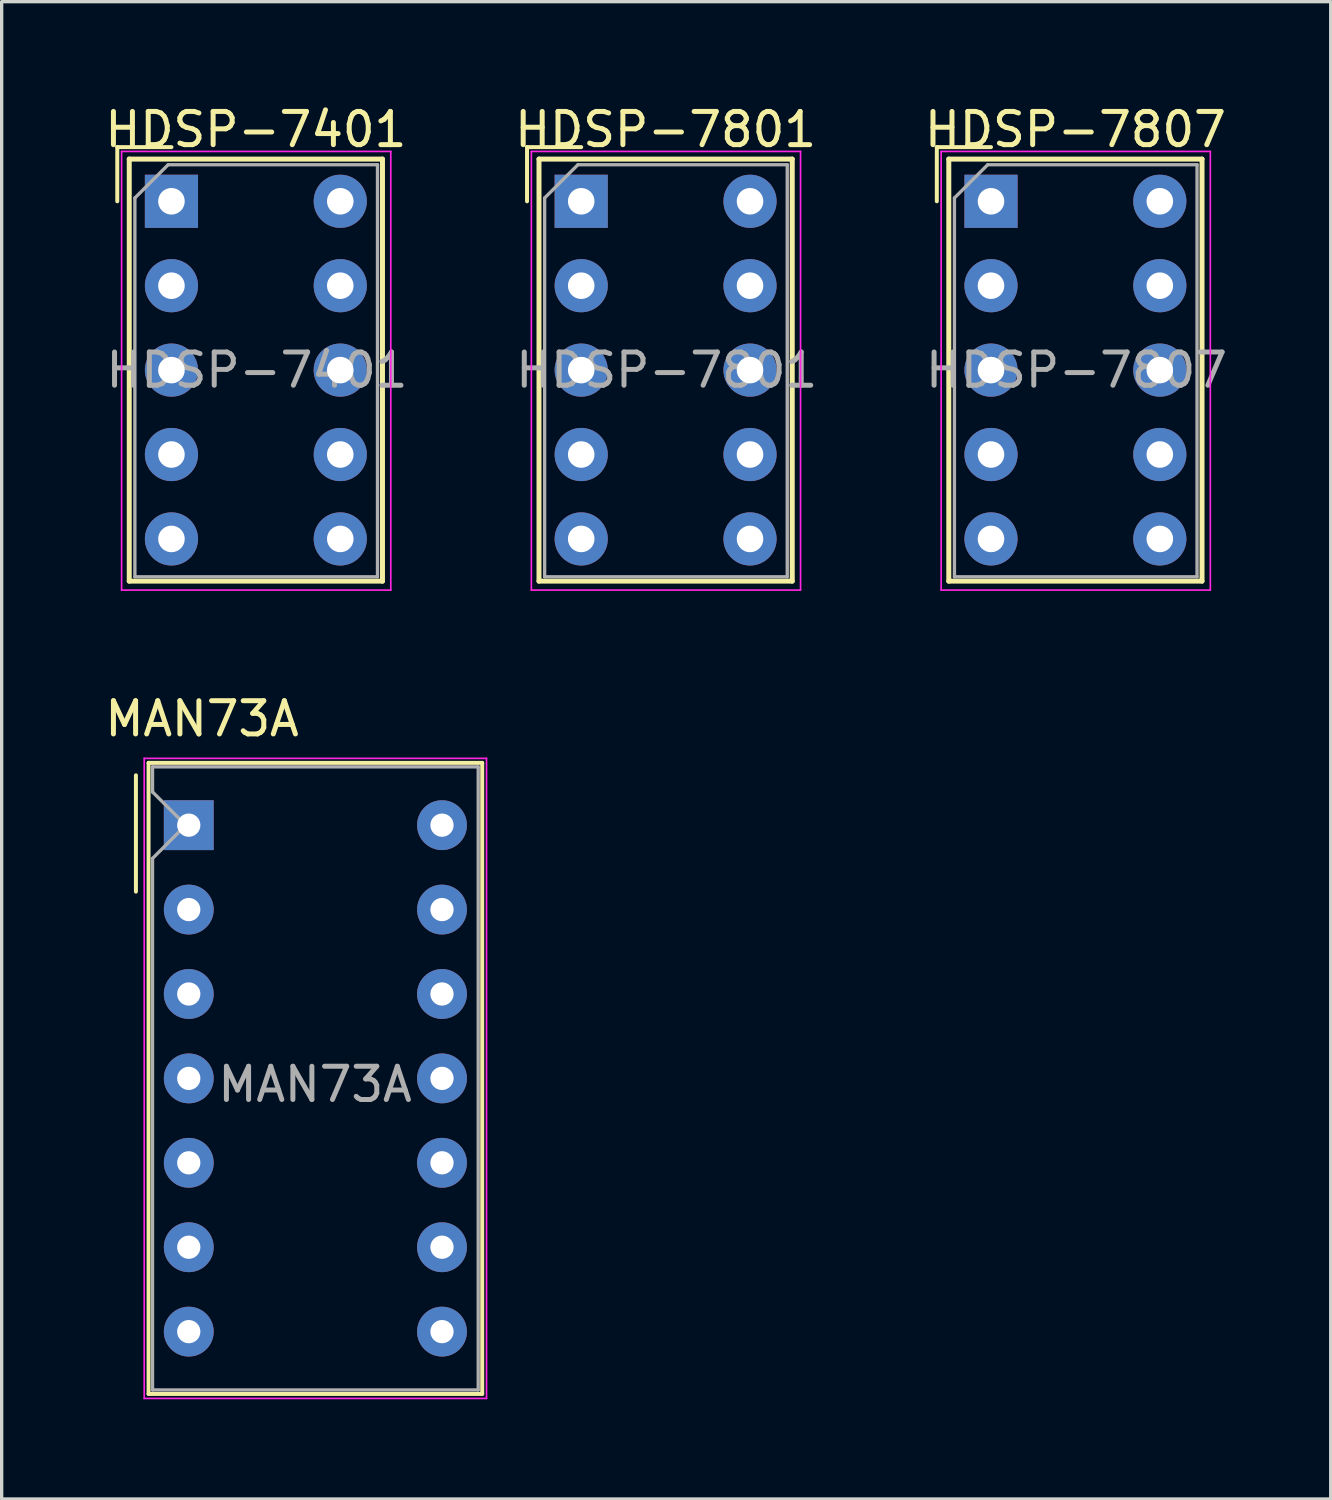
<source format=kicad_pcb>
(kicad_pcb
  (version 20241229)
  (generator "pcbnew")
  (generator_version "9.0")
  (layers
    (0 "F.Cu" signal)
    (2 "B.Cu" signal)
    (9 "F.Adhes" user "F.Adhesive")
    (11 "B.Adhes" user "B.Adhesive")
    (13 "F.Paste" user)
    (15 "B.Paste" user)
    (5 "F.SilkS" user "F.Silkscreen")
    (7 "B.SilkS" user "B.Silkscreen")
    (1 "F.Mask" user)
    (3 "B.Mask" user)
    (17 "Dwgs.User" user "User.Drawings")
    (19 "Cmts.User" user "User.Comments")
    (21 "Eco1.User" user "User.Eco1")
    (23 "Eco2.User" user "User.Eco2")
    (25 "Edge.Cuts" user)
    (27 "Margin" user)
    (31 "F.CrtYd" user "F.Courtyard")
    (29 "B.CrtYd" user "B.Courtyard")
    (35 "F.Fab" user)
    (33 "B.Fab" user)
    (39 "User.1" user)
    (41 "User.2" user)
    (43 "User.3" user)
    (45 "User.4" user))
  (footprint "HDSP-7807"
    (layer "F.Cu")
    (at 26.77 3.007)
    (property "Reference" "HDSP-7807" (at 2.54 -2.159 0) (layer "F.SilkS") (effects (font (size 1 1) (thickness 0.15))))
    (attr through_hole)
    (fp_line (start -1.63 -1.63) (end 0 -1.63) (stroke (width 0.12) (type solid)) (layer "F.SilkS"))
    (fp_line (start -1.63 0) (end -1.63 -1.63) (stroke (width 0.12) (type solid)) (layer "F.SilkS"))
    (fp_line (start -1.27 -1.27) (end -1.27 11.43) (stroke (width 0.15) (type solid)) (layer "F.SilkS"))
    (fp_line (start -1.27 11.43) (end 6.35 11.43) (stroke (width 0.15) (type solid)) (layer "F.SilkS"))
    (fp_line (start 6.35 -1.27) (end -1.27 -1.27) (stroke (width 0.15) (type solid)) (layer "F.SilkS"))
    (fp_line (start 6.35 11.43) (end 6.35 -1.27) (stroke (width 0.15) (type solid)) (layer "F.SilkS"))
    (fp_line (start -1.5 -1.5) (end 6.6 -1.5) (stroke (width 0.05) (type solid)) (layer "F.CrtYd"))
    (fp_line (start -1.5 11.7) (end -1.5 -1.5) (stroke (width 0.05) (type solid)) (layer "F.CrtYd"))
    (fp_line (start 6.6 -1.5) (end 6.6 11.7) (stroke (width 0.05) (type solid)) (layer "F.CrtYd"))
    (fp_line (start 6.6 11.7) (end -1.5 11.7) (stroke (width 0.05) (type solid)) (layer "F.CrtYd"))
    (fp_line (start -1.1 -0.1) (end -0.1 -1.1) (stroke (width 0.1) (type solid)) (layer "F.Fab"))
    (fp_line (start -1.1 11.3) (end -1.1 -0.1) (stroke (width 0.1) (type solid)) (layer "F.Fab"))
    (fp_line (start -0.1 -1.1) (end 6.2 -1.1) (stroke (width 0.1) (type solid)) (layer "F.Fab"))
    (fp_line (start 6.2 -1.1) (end 6.2 11.3) (stroke (width 0.1) (type solid)) (layer "F.Fab"))
    (fp_line (start 6.2 11.3) (end -1.1 11.3) (stroke (width 0.1) (type solid)) (layer "F.Fab"))
    (fp_text user "${REFERENCE}" (at 2.573 5.08 0) (layer "F.Fab") (effects (font (size 1 1) (thickness 0.15))))
    (pad "1" thru_hole rect (at 0 0) (size 1.6 1.6) (drill 0.8) (layers "*.Cu" "*.Mask"))
    (pad "2" thru_hole circle (at 0 2.54) (size 1.6 1.6) (drill 0.8) (layers "*.Cu" "*.Mask"))
    (pad "3" thru_hole circle (at 0 5.08) (size 1.6 1.6) (drill 0.8) (layers "*.Cu" "*.Mask"))
    (pad "4" thru_hole circle (at 0 7.62) (size 1.6 1.6) (drill 0.8) (layers "*.Cu" "*.Mask"))
    (pad "5" thru_hole circle (at 0 10.16) (size 1.6 1.6) (drill 0.8) (layers "*.Cu" "*.Mask"))
    (pad "6" thru_hole circle (at 5.08 10.16) (size 1.6 1.6) (drill 0.8) (layers "*.Cu" "*.Mask"))
    (pad "7" thru_hole circle (at 5.08 7.62) (size 1.6 1.6) (drill 0.8) (layers "*.Cu" "*.Mask"))
    (pad "8" thru_hole circle (at 5.08 5.08) (size 1.6 1.6) (drill 0.8) (layers "*.Cu" "*.Mask"))
    (pad "9" thru_hole circle (at 5.08 2.54) (size 1.6 1.6) (drill 0.8) (layers "*.Cu" "*.Mask"))
    (pad "10" thru_hole circle (at 5.08 0) (size 1.6 1.6) (drill 0.8) (layers "*.Cu" "*.Mask")))
  (footprint "HDSP-7401"
    (layer "F.Cu")
    (at 2.109 3.007)
    (property "Reference" "HDSP-7401" (at 2.54 -2.159 0) (layer "F.SilkS") (effects (font (size 1 1) (thickness 0.15))))
    (attr through_hole)
    (fp_line (start -1.63 -1.63) (end 0 -1.63) (stroke (width 0.12) (type solid)) (layer "F.SilkS"))
    (fp_line (start -1.63 0) (end -1.63 -1.63) (stroke (width 0.12) (type solid)) (layer "F.SilkS"))
    (fp_line (start -1.27 -1.27) (end -1.27 11.43) (stroke (width 0.15) (type solid)) (layer "F.SilkS"))
    (fp_line (start -1.27 11.43) (end 6.35 11.43) (stroke (width 0.15) (type solid)) (layer "F.SilkS"))
    (fp_line (start 6.35 -1.27) (end -1.27 -1.27) (stroke (width 0.15) (type solid)) (layer "F.SilkS"))
    (fp_line (start 6.35 11.43) (end 6.35 -1.27) (stroke (width 0.15) (type solid)) (layer "F.SilkS"))
    (fp_line (start -1.5 -1.5) (end 6.6 -1.5) (stroke (width 0.05) (type solid)) (layer "F.CrtYd"))
    (fp_line (start -1.5 11.7) (end -1.5 -1.5) (stroke (width 0.05) (type solid)) (layer "F.CrtYd"))
    (fp_line (start 6.6 -1.5) (end 6.6 11.7) (stroke (width 0.05) (type solid)) (layer "F.CrtYd"))
    (fp_line (start 6.6 11.7) (end -1.5 11.7) (stroke (width 0.05) (type solid)) (layer "F.CrtYd"))
    (fp_line (start -1.1 -0.1) (end -0.1 -1.1) (stroke (width 0.1) (type solid)) (layer "F.Fab"))
    (fp_line (start -1.1 11.3) (end -1.1 -0.1) (stroke (width 0.1) (type solid)) (layer "F.Fab"))
    (fp_line (start -0.1 -1.1) (end 6.2 -1.1) (stroke (width 0.1) (type solid)) (layer "F.Fab"))
    (fp_line (start 6.2 -1.1) (end 6.2 11.3) (stroke (width 0.1) (type solid)) (layer "F.Fab"))
    (fp_line (start 6.2 11.3) (end -1.1 11.3) (stroke (width 0.1) (type solid)) (layer "F.Fab"))
    (fp_text user "${REFERENCE}" (at 2.573 5.08 0) (layer "F.Fab") (effects (font (size 1 1) (thickness 0.15))))
    (pad "1" thru_hole rect (at 0 0) (size 1.6 1.6) (drill 0.8) (layers "*.Cu" "*.Mask"))
    (pad "2" thru_hole circle (at 0 2.54) (size 1.6 1.6) (drill 0.8) (layers "*.Cu" "*.Mask"))
    (pad "3" thru_hole circle (at 0 5.08) (size 1.6 1.6) (drill 0.8) (layers "*.Cu" "*.Mask"))
    (pad "4" thru_hole circle (at 0 7.62) (size 1.6 1.6) (drill 0.8) (layers "*.Cu" "*.Mask"))
    (pad "5" thru_hole circle (at 0 10.16) (size 1.6 1.6) (drill 0.8) (layers "*.Cu" "*.Mask"))
    (pad "6" thru_hole circle (at 5.08 10.16) (size 1.6 1.6) (drill 0.8) (layers "*.Cu" "*.Mask"))
    (pad "7" thru_hole circle (at 5.08 7.62) (size 1.6 1.6) (drill 0.8) (layers "*.Cu" "*.Mask"))
    (pad "8" thru_hole circle (at 5.08 5.08) (size 1.6 1.6) (drill 0.8) (layers "*.Cu" "*.Mask"))
    (pad "9" thru_hole circle (at 5.08 2.54) (size 1.6 1.6) (drill 0.8) (layers "*.Cu" "*.Mask"))
    (pad "10" thru_hole circle (at 5.08 0) (size 1.6 1.6) (drill 0.8) (layers "*.Cu" "*.Mask")))
  (footprint "HDSP-7801"
    (layer "F.Cu")
    (at 14.439 3.007)
    (property "Reference" "HDSP-7801" (at 2.54 -2.159 0) (layer "F.SilkS") (effects (font (size 1 1) (thickness 0.15))))
    (attr through_hole)
    (fp_line (start -1.63 -1.63) (end 0 -1.63) (stroke (width 0.12) (type solid)) (layer "F.SilkS"))
    (fp_line (start -1.63 0) (end -1.63 -1.63) (stroke (width 0.12) (type solid)) (layer "F.SilkS"))
    (fp_line (start -1.27 -1.27) (end -1.27 11.43) (stroke (width 0.15) (type solid)) (layer "F.SilkS"))
    (fp_line (start -1.27 11.43) (end 6.35 11.43) (stroke (width 0.15) (type solid)) (layer "F.SilkS"))
    (fp_line (start 6.35 -1.27) (end -1.27 -1.27) (stroke (width 0.15) (type solid)) (layer "F.SilkS"))
    (fp_line (start 6.35 11.43) (end 6.35 -1.27) (stroke (width 0.15) (type solid)) (layer "F.SilkS"))
    (fp_line (start -1.5 -1.5) (end 6.6 -1.5) (stroke (width 0.05) (type solid)) (layer "F.CrtYd"))
    (fp_line (start -1.5 11.7) (end -1.5 -1.5) (stroke (width 0.05) (type solid)) (layer "F.CrtYd"))
    (fp_line (start 6.6 -1.5) (end 6.6 11.7) (stroke (width 0.05) (type solid)) (layer "F.CrtYd"))
    (fp_line (start 6.6 11.7) (end -1.5 11.7) (stroke (width 0.05) (type solid)) (layer "F.CrtYd"))
    (fp_line (start -1.1 -0.1) (end -0.1 -1.1) (stroke (width 0.1) (type solid)) (layer "F.Fab"))
    (fp_line (start -1.1 11.3) (end -1.1 -0.1) (stroke (width 0.1) (type solid)) (layer "F.Fab"))
    (fp_line (start -0.1 -1.1) (end 6.2 -1.1) (stroke (width 0.1) (type solid)) (layer "F.Fab"))
    (fp_line (start 6.2 -1.1) (end 6.2 11.3) (stroke (width 0.1) (type solid)) (layer "F.Fab"))
    (fp_line (start 6.2 11.3) (end -1.1 11.3) (stroke (width 0.1) (type solid)) (layer "F.Fab"))
    (fp_text user "${REFERENCE}" (at 2.573 5.08 0) (layer "F.Fab") (effects (font (size 1 1) (thickness 0.15))))
    (pad "1" thru_hole rect (at 0 0) (size 1.6 1.6) (drill 0.8) (layers "*.Cu" "*.Mask"))
    (pad "2" thru_hole circle (at 0 2.54) (size 1.6 1.6) (drill 0.8) (layers "*.Cu" "*.Mask"))
    (pad "3" thru_hole circle (at 0 5.08) (size 1.6 1.6) (drill 0.8) (layers "*.Cu" "*.Mask"))
    (pad "4" thru_hole circle (at 0 7.62) (size 1.6 1.6) (drill 0.8) (layers "*.Cu" "*.Mask"))
    (pad "5" thru_hole circle (at 0 10.16) (size 1.6 1.6) (drill 0.8) (layers "*.Cu" "*.Mask"))
    (pad "6" thru_hole circle (at 5.08 10.16) (size 1.6 1.6) (drill 0.8) (layers "*.Cu" "*.Mask"))
    (pad "7" thru_hole circle (at 5.08 7.62) (size 1.6 1.6) (drill 0.8) (layers "*.Cu" "*.Mask"))
    (pad "8" thru_hole circle (at 5.08 5.08) (size 1.6 1.6) (drill 0.8) (layers "*.Cu" "*.Mask"))
    (pad "9" thru_hole circle (at 5.08 2.54) (size 1.6 1.6) (drill 0.8) (layers "*.Cu" "*.Mask"))
    (pad "10" thru_hole circle (at 5.08 0) (size 1.6 1.6) (drill 0.8) (layers "*.Cu" "*.Mask")))
  (footprint "MAN73A"
    (layer "F.Cu")
    (at 2.63 21.78)
    (property "Reference" "MAN73A" (at 0.4 -3.2 0) (layer "F.SilkS") (effects (font (size 1 1) (thickness 0.15))))
    (attr through_hole)
    (fp_line (start -1.59 -1.5) (end -1.59 2) (stroke (width 0.12) (type solid)) (layer "F.SilkS"))
    (fp_line (start -1.21 -1.875) (end 8.83 -1.875) (stroke (width 0.12) (type solid)) (layer "F.SilkS"))
    (fp_line (start -1.21 17.115) (end -1.21 -1.875) (stroke (width 0.12) (type solid)) (layer "F.SilkS"))
    (fp_line (start 8.83 -1.875) (end 8.83 17.115) (stroke (width 0.12) (type solid)) (layer "F.SilkS"))
    (fp_line (start 8.83 17.115) (end -1.21 17.115) (stroke (width 0.12) (type solid)) (layer "F.SilkS"))
    (fp_line (start -1.34 -2.01) (end 8.96 -2.01) (stroke (width 0.05) (type solid)) (layer "F.CrtYd"))
    (fp_line (start -1.34 17.25) (end -1.34 -2.01) (stroke (width 0.05) (type solid)) (layer "F.CrtYd"))
    (fp_line (start 8.96 -2.01) (end 8.96 17.25) (stroke (width 0.05) (type solid)) (layer "F.CrtYd"))
    (fp_line (start 8.96 17.25) (end -1.34 17.25) (stroke (width 0.05) (type solid)) (layer "F.CrtYd"))
    (fp_line (start -1.09 -1.755) (end 8.71 -1.755) (stroke (width 0.1) (type solid)) (layer "F.Fab"))
    (fp_line (start -1.09 -1) (end -1.09 -1.755) (stroke (width 0.1) (type solid)) (layer "F.Fab"))
    (fp_line (start -1.09 1) (end -0.09 0) (stroke (width 0.1) (type solid)) (layer "F.Fab"))
    (fp_line (start -1.09 16.995) (end -1.09 1) (stroke (width 0.1) (type solid)) (layer "F.Fab"))
    (fp_line (start -0.09 0) (end -1.09 -1) (stroke (width 0.1) (type solid)) (layer "F.Fab"))
    (fp_line (start 8.71 -1.755) (end 8.71 16.995) (stroke (width 0.1) (type solid)) (layer "F.Fab"))
    (fp_line (start 8.71 16.995) (end -1.09 16.995) (stroke (width 0.1) (type solid)) (layer "F.Fab"))
    (fp_text user "${REFERENCE}" (at 3.8 7.8 0) (layer "F.Fab") (effects (font (size 1 1) (thickness 0.15))))
    (pad "1" thru_hole rect (at 0 0) (size 1.5 1.5) (drill 0.7) (layers "*.Cu" "*.Mask"))
    (pad "2" thru_hole circle (at 0 2.54) (size 1.5 1.5) (drill 0.7) (layers "*.Cu" "*.Mask"))
    (pad "3" thru_hole circle (at 0 5.08) (size 1.5 1.5) (drill 0.7) (layers "*.Cu" "*.Mask"))
    (pad "4" thru_hole circle (at 0 7.62) (size 1.5 1.5) (drill 0.7) (layers "*.Cu" "*.Mask"))
    (pad "5" thru_hole circle (at 0 10.16) (size 1.5 1.5) (drill 0.7) (layers "*.Cu" "*.Mask"))
    (pad "6" thru_hole circle (at 0 12.7) (size 1.5 1.5) (drill 0.7) (layers "*.Cu" "*.Mask"))
    (pad "7" thru_hole circle (at 0 15.24) (size 1.5 1.5) (drill 0.7) (layers "*.Cu" "*.Mask"))
    (pad "8" thru_hole circle (at 7.62 15.24) (size 1.5 1.5) (drill 0.7) (layers "*.Cu" "*.Mask"))
    (pad "9" thru_hole circle (at 7.62 12.7) (size 1.5 1.5) (drill 0.7) (layers "*.Cu" "*.Mask"))
    (pad "10" thru_hole circle (at 7.62 10.16) (size 1.5 1.5) (drill 0.7) (layers "*.Cu" "*.Mask"))
    (pad "11" thru_hole circle (at 7.62 7.62) (size 1.5 1.5) (drill 0.7) (layers "*.Cu" "*.Mask"))
    (pad "12" thru_hole circle (at 7.62 5.08) (size 1.5 1.5) (drill 0.7) (layers "*.Cu" "*.Mask"))
    (pad "13" thru_hole circle (at 7.62 2.54) (size 1.5 1.5) (drill 0.7) (layers "*.Cu" "*.Mask"))
    (pad "14" thru_hole circle (at 7.62 0) (size 1.5 1.5) (drill 0.7) (layers "*.Cu" "*.Mask")))
  (gr_rect
    (start -3 -3)
    (end 36.992 42.056)
    (stroke (width 0.1) (type default))
    (fill no)
    (layer "Edge.Cuts")))
</source>
